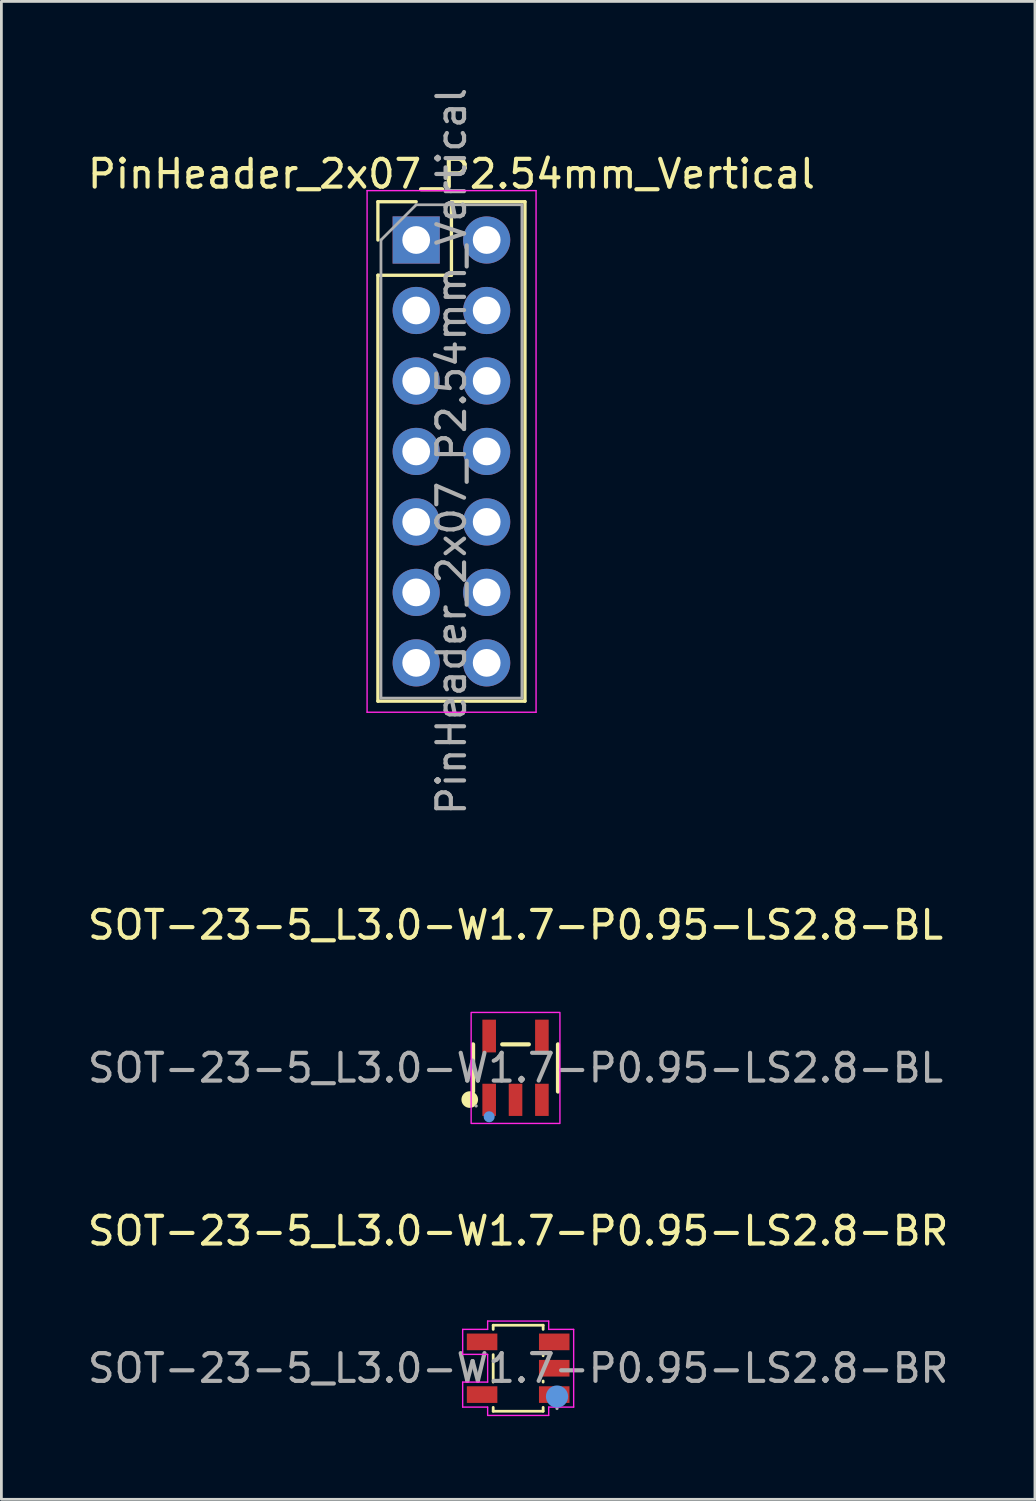
<source format=kicad_pcb>
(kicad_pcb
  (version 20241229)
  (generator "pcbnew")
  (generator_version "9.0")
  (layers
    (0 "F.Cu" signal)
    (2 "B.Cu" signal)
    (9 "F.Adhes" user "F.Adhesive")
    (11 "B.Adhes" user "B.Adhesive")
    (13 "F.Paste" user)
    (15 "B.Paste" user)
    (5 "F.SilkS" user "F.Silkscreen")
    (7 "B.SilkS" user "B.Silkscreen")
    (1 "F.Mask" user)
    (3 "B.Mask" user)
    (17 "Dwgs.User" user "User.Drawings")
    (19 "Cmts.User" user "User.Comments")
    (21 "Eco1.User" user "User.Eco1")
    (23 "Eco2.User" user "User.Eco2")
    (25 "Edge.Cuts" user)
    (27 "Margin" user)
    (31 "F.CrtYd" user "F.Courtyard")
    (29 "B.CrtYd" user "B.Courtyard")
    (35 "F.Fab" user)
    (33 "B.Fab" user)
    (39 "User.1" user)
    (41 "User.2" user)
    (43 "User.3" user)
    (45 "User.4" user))
  (footprint "SOT-23-5_L3.0-W1.7-P0.95-LS2.8-BR"
    (layer "F.Cu")
    (at 15.625 46.262)
    (property "Reference" "SOT-23-5_L3.0-W1.7-P0.95-LS2.8-BR" (at 0 -4.95 0) (layer "F.SilkS") (effects (font (size 1 1) (thickness 0.15))))
    (attr smd)
    (fp_line (start -0.9 -1.55) (end -0.9 -1.4) (stroke (width 0.1) (type solid)) (layer "F.SilkS"))
    (fp_line (start -0.9 -1.55) (end 0.9 -1.55) (stroke (width 0.1) (type solid)) (layer "F.SilkS"))
    (fp_line (start -0.9 -0.49) (end -0.9 0.5) (stroke (width 0.1) (type solid)) (layer "F.SilkS"))
    (fp_line (start -0.9 1.41) (end -0.9 1.55) (stroke (width 0.1) (type solid)) (layer "F.SilkS"))
    (fp_line (start -0.9 1.55) (end 0.9 1.55) (stroke (width 0.1) (type solid)) (layer "F.SilkS"))
    (fp_line (start 0.9 -1.55) (end 0.9 -1.4) (stroke (width 0.1) (type solid)) (layer "F.SilkS"))
    (fp_line (start 0.9 -0.49) (end 0.9 -0.45) (stroke (width 0.1) (type solid)) (layer "F.SilkS"))
    (fp_line (start 0.9 0.46) (end 0.9 0.5) (stroke (width 0.1) (type solid)) (layer "F.SilkS"))
    (fp_line (start 0.9 1.41) (end 0.9 1.55) (stroke (width 0.1) (type solid)) (layer "F.SilkS"))
    (fp_circle (center 1.4 1.02) (end 1.6 1.02) (stroke (width 0.4) (type solid)) (fill no) (layer "Cmts.User"))
    (fp_line (start -2 -1.4) (end -2 -0.5) (stroke (width 0.05) (type default)) (layer "F.CrtYd"))
    (fp_line (start -2 -0.5) (end -1.1 -0.5) (stroke (width 0.05) (type default)) (layer "F.CrtYd"))
    (fp_line (start -2 0.5) (end -2 1.4) (stroke (width 0.05) (type default)) (layer "F.CrtYd"))
    (fp_line (start -2 1.4) (end -1.1 1.4) (stroke (width 0.05) (type default)) (layer "F.CrtYd"))
    (fp_line (start -1.1 -1.7) (end -1.1 -1.4) (stroke (width 0.05) (type default)) (layer "F.CrtYd"))
    (fp_line (start -1.1 -1.4) (end -2 -1.4) (stroke (width 0.05) (type default)) (layer "F.CrtYd"))
    (fp_line (start -1.1 -0.5) (end -1.1 0.5) (stroke (width 0.05) (type default)) (layer "F.CrtYd"))
    (fp_line (start -1.1 0.5) (end -2 0.5) (stroke (width 0.05) (type default)) (layer "F.CrtYd"))
    (fp_line (start -1.1 1.4) (end -1.1 1.7) (stroke (width 0.05) (type default)) (layer "F.CrtYd"))
    (fp_line (start -1.1 1.7) (end 1.1 1.7) (stroke (width 0.05) (type default)) (layer "F.CrtYd"))
    (fp_line (start 1.1 -1.7) (end -1.1 -1.7) (stroke (width 0.05) (type default)) (layer "F.CrtYd"))
    (fp_line (start 1.1 -1.4) (end 1.1 -1.7) (stroke (width 0.05) (type default)) (layer "F.CrtYd"))
    (fp_line (start 1.1 1.4) (end 2 1.4) (stroke (width 0.05) (type default)) (layer "F.CrtYd"))
    (fp_line (start 1.1 1.7) (end 1.1 1.4) (stroke (width 0.05) (type default)) (layer "F.CrtYd"))
    (fp_line (start 2 -1.4) (end 1.1 -1.4) (stroke (width 0.05) (type default)) (layer "F.CrtYd"))
    (fp_line (start 2 1.4) (end 2 -1.4) (stroke (width 0.05) (type default)) (layer "F.CrtYd"))
    (fp_circle (center 1.4 1.45) (end 1.43 1.45) (stroke (width 0.06) (type solid)) (fill no) (layer "F.Fab"))
    (fp_text user "${REFERENCE}" (at 0 0 0) (layer "F.Fab") (effects (font (size 1 1) (thickness 0.15))))
    (pad "1" smd rect (at 1.3 0.95) (size 1.1 0.6) (layers "F.Cu" "F.Mask" "F.Paste"))
    (pad "2" smd rect (at 1.3 0) (size 1.1 0.6) (layers "F.Cu" "F.Mask" "F.Paste"))
    (pad "3" smd rect (at 1.3 -0.95) (size 1.1 0.6) (layers "F.Cu" "F.Mask" "F.Paste"))
    (pad "4" smd rect (at -1.3 -0.95) (size 1.1 0.6) (layers "F.Cu" "F.Mask" "F.Paste"))
    (pad "5" smd rect (at -1.3 0.95) (size 1.1 0.6) (layers "F.Cu" "F.Mask" "F.Paste")))
  (footprint "PinHeader_2x07_P2.54mm_Vertical"
    (layer "F.Cu")
    (at 11.95 5.6)
    (property "Reference" "PinHeader_2x07_P2.54mm_Vertical" (at 1.27 -2.38 0) (layer "F.SilkS") (effects (font (size 1 1) (thickness 0.15))))
    (attr through_hole)
    (fp_line (start -1.38 -1.38) (end 0 -1.38) (stroke (width 0.12) (type solid)) (layer "F.SilkS"))
    (fp_line (start -1.38 0) (end -1.38 -1.38) (stroke (width 0.12) (type solid)) (layer "F.SilkS"))
    (fp_line (start -1.38 1.27) (end -1.38 16.62) (stroke (width 0.12) (type solid)) (layer "F.SilkS"))
    (fp_line (start -1.38 1.27) (end 1.27 1.27) (stroke (width 0.12) (type solid)) (layer "F.SilkS"))
    (fp_line (start -1.38 16.62) (end 3.92 16.62) (stroke (width 0.12) (type solid)) (layer "F.SilkS"))
    (fp_line (start 1.27 -1.38) (end 3.92 -1.38) (stroke (width 0.12) (type solid)) (layer "F.SilkS"))
    (fp_line (start 1.27 1.27) (end 1.27 -1.38) (stroke (width 0.12) (type solid)) (layer "F.SilkS"))
    (fp_line (start 3.92 -1.38) (end 3.92 16.62) (stroke (width 0.12) (type solid)) (layer "F.SilkS"))
    (fp_line (start -1.77 -1.78) (end -1.77 17.02) (stroke (width 0.05) (type solid)) (layer "F.CrtYd"))
    (fp_line (start -1.77 17.02) (end 4.32 17.02) (stroke (width 0.05) (type solid)) (layer "F.CrtYd"))
    (fp_line (start 4.32 -1.78) (end -1.77 -1.78) (stroke (width 0.05) (type solid)) (layer "F.CrtYd"))
    (fp_line (start 4.32 17.02) (end 4.32 -1.78) (stroke (width 0.05) (type solid)) (layer "F.CrtYd"))
    (fp_line (start -1.27 0) (end 0 -1.27) (stroke (width 0.1) (type solid)) (layer "F.Fab"))
    (fp_line (start -1.27 16.51) (end -1.27 0) (stroke (width 0.1) (type solid)) (layer "F.Fab"))
    (fp_line (start 0 -1.27) (end 3.81 -1.27) (stroke (width 0.1) (type solid)) (layer "F.Fab"))
    (fp_line (start 3.81 -1.27) (end 3.81 16.51) (stroke (width 0.1) (type solid)) (layer "F.Fab"))
    (fp_line (start 3.81 16.51) (end -1.27 16.51) (stroke (width 0.1) (type solid)) (layer "F.Fab"))
    (fp_text user "${REFERENCE}" (at 1.27 7.62 90) (layer "F.Fab") (effects (font (size 1 1) (thickness 0.15))))
    (pad "1" thru_hole circle (at 2.54 0) (size 1.7 1.7) (drill 1) (layers "*.Cu" "*.Mask"))
    (pad "2" thru_hole rect (at 0 0) (size 1.7 1.7) (drill 1) (layers "*.Cu" "*.Mask"))
    (pad "3" thru_hole circle (at 2.54 2.54) (size 1.7 1.7) (drill 1) (layers "*.Cu" "*.Mask"))
    (pad "4" thru_hole circle (at 0 2.54) (size 1.7 1.7) (drill 1) (layers "*.Cu" "*.Mask"))
    (pad "5" thru_hole circle (at 2.54 5.08) (size 1.7 1.7) (drill 1) (layers "*.Cu" "*.Mask"))
    (pad "6" thru_hole circle (at 0 5.08) (size 1.7 1.7) (drill 1) (layers "*.Cu" "*.Mask"))
    (pad "7" thru_hole circle (at 2.54 7.62) (size 1.7 1.7) (drill 1) (layers "*.Cu" "*.Mask"))
    (pad "8" thru_hole circle (at 0 7.62) (size 1.7 1.7) (drill 1) (layers "*.Cu" "*.Mask"))
    (pad "9" thru_hole circle (at 2.54 10.16) (size 1.7 1.7) (drill 1) (layers "*.Cu" "*.Mask"))
    (pad "10" thru_hole circle (at 0 10.16) (size 1.7 1.7) (drill 1) (layers "*.Cu" "*.Mask"))
    (pad "11" thru_hole circle (at 2.54 12.7) (size 1.7 1.7) (drill 1) (layers "*.Cu" "*.Mask"))
    (pad "12" thru_hole circle (at 0 12.7) (size 1.7 1.7) (drill 1) (layers "*.Cu" "*.Mask"))
    (pad "13" thru_hole circle (at 2.54 15.24) (size 1.7 1.7) (drill 1) (layers "*.Cu" "*.Mask"))
    (pad "14" thru_hole circle (at 0 15.24) (size 1.7 1.7) (drill 1) (layers "*.Cu" "*.Mask")))
  (footprint "SOT-23-5_L3.0-W1.7-P0.95-LS2.8-BL"
    (layer "F.Cu")
    (at 15.53 35.439)
    (property "Reference" "SOT-23-5_L3.0-W1.7-P0.95-LS2.8-BL" (at 0 -5.15 0) (layer "F.SilkS") (effects (font (size 1 1) (thickness 0.15))))
    (attr smd)
    (fp_line (start -1.53 0.85) (end -1.53 -0.85) (stroke (width 0.15) (type solid)) (layer "F.SilkS"))
    (fp_line (start 0.48 -0.85) (end -0.48 -0.85) (stroke (width 0.15) (type solid)) (layer "F.SilkS"))
    (fp_line (start 1.53 0.85) (end 1.53 -0.85) (stroke (width 0.15) (type solid)) (layer "F.SilkS"))
    (fp_circle (center -1.65 1.14) (end -1.5 1.14) (stroke (width 0.3) (type solid)) (fill no) (layer "F.SilkS"))
    (fp_circle (center -0.95 1.76) (end -0.85 1.76) (stroke (width 0.2) (type solid)) (fill no) (layer "Cmts.User"))
    (fp_rect (start -1.6 -2) (end 1.6 2) (stroke (width 0.05) (type default)) (fill no) (layer "F.CrtYd"))
    (fp_circle (center -1.42 1.37) (end -1.39 1.37) (stroke (width 0.06) (type solid)) (fill no) (layer "F.Fab"))
    (fp_text user "${REFERENCE}" (at 0 0 0) (layer "F.Fab") (effects (font (size 1 1) (thickness 0.15))))
    (pad "1" smd rect (at -0.95 1.15) (size 0.49 1.16) (layers "F.Cu" "F.Mask" "F.Paste"))
    (pad "2" smd rect (at 0 1.15) (size 0.49 1.16) (layers "F.Cu" "F.Mask" "F.Paste"))
    (pad "3" smd rect (at 0.95 1.15) (size 0.49 1.16) (layers "F.Cu" "F.Mask" "F.Paste"))
    (pad "4" smd rect (at 0.95 -1.15) (size 0.49 1.18) (layers "F.Cu" "F.Mask" "F.Paste"))
    (pad "5" smd rect (at -0.95 -1.15) (size 0.49 1.18) (layers "F.Cu" "F.Mask" "F.Paste")))
  (gr_rect
    (start -3 -3)
    (end 34.25 50.987)
    (stroke (width 0.1) (type default))
    (fill no)
    (layer "Edge.Cuts")))
</source>
